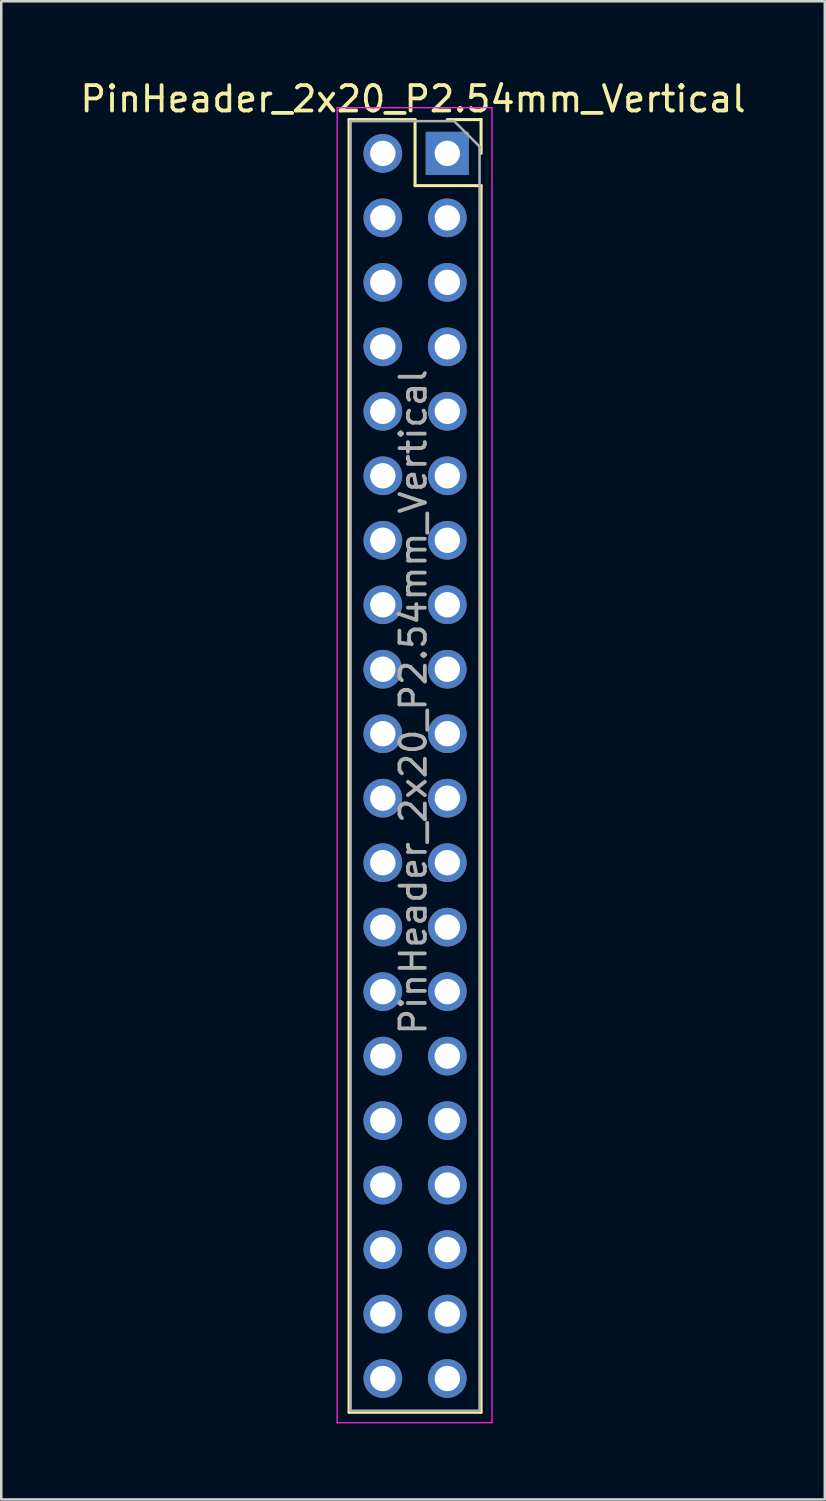
<source format=kicad_pcb>
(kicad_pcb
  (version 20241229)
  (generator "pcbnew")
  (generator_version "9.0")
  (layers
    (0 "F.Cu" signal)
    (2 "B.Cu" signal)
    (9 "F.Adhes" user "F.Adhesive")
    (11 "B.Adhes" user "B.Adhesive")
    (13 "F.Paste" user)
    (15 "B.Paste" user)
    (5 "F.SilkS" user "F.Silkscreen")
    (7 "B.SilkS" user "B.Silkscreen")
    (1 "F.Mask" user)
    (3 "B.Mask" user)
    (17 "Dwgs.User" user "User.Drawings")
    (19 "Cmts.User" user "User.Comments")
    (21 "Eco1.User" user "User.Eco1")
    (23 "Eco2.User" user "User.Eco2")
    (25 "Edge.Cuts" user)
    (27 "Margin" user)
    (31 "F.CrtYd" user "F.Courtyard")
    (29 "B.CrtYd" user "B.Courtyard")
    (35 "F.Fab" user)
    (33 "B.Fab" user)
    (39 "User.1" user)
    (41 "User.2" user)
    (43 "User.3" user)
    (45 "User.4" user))
  (footprint "PinHeader_2x20_P2.54mm_Vertical"
    (layer "F.Cu")
    (at 11.95 3.178)
    (property "Reference" "PinHeader_2x20_P2.54mm_Vertical" (at 1.27 -2.33 0) (layer "F.SilkS") (effects (font (size 1 1) (thickness 0.15))))
    (attr through_hole)
    (fp_line (start -1.25 -1.516) (end -1.25 49.404) (stroke (width 0.12) (type solid)) (layer "F.SilkS"))
    (fp_line (start -1.25 -1.516) (end 1.35 -1.516) (stroke (width 0.12) (type solid)) (layer "F.SilkS"))
    (fp_line (start -1.25 49.404) (end 3.95 49.404) (stroke (width 0.12) (type solid)) (layer "F.SilkS"))
    (fp_line (start 1.35 -1.516) (end 1.35 1.084) (stroke (width 0.12) (type solid)) (layer "F.SilkS"))
    (fp_line (start 1.35 1.084) (end 3.95 1.084) (stroke (width 0.12) (type solid)) (layer "F.SilkS"))
    (fp_line (start 2.62 -1.516) (end 3.95 -1.516) (stroke (width 0.12) (type solid)) (layer "F.SilkS"))
    (fp_line (start 3.95 -1.516) (end 3.95 -0.186) (stroke (width 0.12) (type solid)) (layer "F.SilkS"))
    (fp_line (start 3.95 1.084) (end 3.95 49.404) (stroke (width 0.12) (type solid)) (layer "F.SilkS"))
    (fp_line (start -1.72 -1.986) (end 4.38 -1.986) (stroke (width 0.05) (type solid)) (layer "F.CrtYd"))
    (fp_line (start -1.72 49.814) (end -1.72 -1.986) (stroke (width 0.05) (type solid)) (layer "F.CrtYd"))
    (fp_line (start 4.38 -1.986) (end 4.38 49.814) (stroke (width 0.05) (type solid)) (layer "F.CrtYd"))
    (fp_line (start 4.38 49.814) (end -1.72 49.814) (stroke (width 0.05) (type solid)) (layer "F.CrtYd"))
    (fp_line (start -1.19 -1.456) (end 2.89 -1.456) (stroke (width 0.1) (type solid)) (layer "F.Fab"))
    (fp_line (start -1.19 49.344) (end -1.19 -1.456) (stroke (width 0.1) (type solid)) (layer "F.Fab"))
    (fp_line (start 2.89 -1.456) (end 3.89 -0.456) (stroke (width 0.1) (type solid)) (layer "F.Fab"))
    (fp_line (start 3.89 -0.456) (end 3.89 49.344) (stroke (width 0.1) (type solid)) (layer "F.Fab"))
    (fp_line (start 3.89 49.344) (end -1.19 49.344) (stroke (width 0.1) (type solid)) (layer "F.Fab"))
    (fp_text user "${REFERENCE}" (at 1.28 21.424 90) (layer "F.Fab") (effects (font (size 1 1) (thickness 0.15))))
    (pad "1" thru_hole rect (at 2.62 -0.186) (size 1.7 1.7) (drill 1) (layers "*.Cu" "*.Mask"))
    (pad "2" thru_hole circle (at 2.62 2.354) (size 1.524 1.524) (drill 1) (layers "*.Cu" "*.Mask"))
    (pad "3" thru_hole circle (at 2.62 4.894) (size 1.524 1.524) (drill 1) (layers "*.Cu" "*.Mask"))
    (pad "4" thru_hole circle (at 2.62 7.434) (size 1.524 1.524) (drill 1) (layers "*.Cu" "*.Mask"))
    (pad "5" thru_hole circle (at 2.62 9.974) (size 1.524 1.524) (drill 1) (layers "*.Cu" "*.Mask"))
    (pad "6" thru_hole circle (at 2.62 12.514) (size 1.524 1.524) (drill 1) (layers "*.Cu" "*.Mask"))
    (pad "7" thru_hole circle (at 2.62 15.054) (size 1.524 1.524) (drill 1) (layers "*.Cu" "*.Mask"))
    (pad "8" thru_hole circle (at 2.62 17.594) (size 1.524 1.524) (drill 1) (layers "*.Cu" "*.Mask"))
    (pad "9" thru_hole circle (at 2.62 20.134) (size 1.524 1.524) (drill 1) (layers "*.Cu" "*.Mask"))
    (pad "10" thru_hole circle (at 2.62 22.674) (size 1.524 1.524) (drill 1) (layers "*.Cu" "*.Mask"))
    (pad "11" thru_hole circle (at 2.62 25.214) (size 1.524 1.524) (drill 1) (layers "*.Cu" "*.Mask"))
    (pad "12" thru_hole circle (at 2.62 27.754) (size 1.524 1.524) (drill 1) (layers "*.Cu" "*.Mask"))
    (pad "13" thru_hole circle (at 2.62 30.294) (size 1.524 1.524) (drill 1) (layers "*.Cu" "*.Mask"))
    (pad "14" thru_hole circle (at 2.62 32.834) (size 1.524 1.524) (drill 1) (layers "*.Cu" "*.Mask"))
    (pad "15" thru_hole circle (at 2.62 35.374) (size 1.524 1.524) (drill 1) (layers "*.Cu" "*.Mask"))
    (pad "16" thru_hole circle (at 2.62 37.914) (size 1.524 1.524) (drill 1) (layers "*.Cu" "*.Mask"))
    (pad "17" thru_hole circle (at 2.62 40.454) (size 1.524 1.524) (drill 1) (layers "*.Cu" "*.Mask"))
    (pad "18" thru_hole circle (at 2.62 42.994) (size 1.524 1.524) (drill 1) (layers "*.Cu" "*.Mask"))
    (pad "19" thru_hole circle (at 2.62 45.534) (size 1.524 1.524) (drill 1) (layers "*.Cu" "*.Mask"))
    (pad "20" thru_hole circle (at 2.62 48.074) (size 1.524 1.524) (drill 1) (layers "*.Cu" "*.Mask"))
    (pad "21" thru_hole circle (at 0.08 48.074) (size 1.524 1.524) (drill 1) (layers "*.Cu" "*.Mask"))
    (pad "22" thru_hole circle (at 0.08 45.534) (size 1.524 1.524) (drill 1) (layers "*.Cu" "*.Mask"))
    (pad "23" thru_hole circle (at 0.08 42.994) (size 1.524 1.524) (drill 1) (layers "*.Cu" "*.Mask"))
    (pad "24" thru_hole circle (at 0.08 40.454) (size 1.524 1.524) (drill 1) (layers "*.Cu" "*.Mask"))
    (pad "25" thru_hole circle (at 0.08 37.914) (size 1.524 1.524) (drill 1) (layers "*.Cu" "*.Mask"))
    (pad "26" thru_hole circle (at 0.08 35.374) (size 1.524 1.524) (drill 1) (layers "*.Cu" "*.Mask"))
    (pad "27" thru_hole circle (at 0.08 32.834) (size 1.524 1.524) (drill 1) (layers "*.Cu" "*.Mask"))
    (pad "28" thru_hole circle (at 0.08 30.294) (size 1.524 1.524) (drill 1) (layers "*.Cu" "*.Mask"))
    (pad "29" thru_hole circle (at 0.08 27.754) (size 1.524 1.524) (drill 1) (layers "*.Cu" "*.Mask"))
    (pad "30" thru_hole circle (at 0.08 25.214) (size 1.524 1.524) (drill 1) (layers "*.Cu" "*.Mask"))
    (pad "31" thru_hole circle (at 0.08 22.674) (size 1.524 1.524) (drill 1) (layers "*.Cu" "*.Mask"))
    (pad "32" thru_hole circle (at 0.08 20.134) (size 1.524 1.524) (drill 1) (layers "*.Cu" "*.Mask"))
    (pad "33" thru_hole circle (at 0.08 17.594) (size 1.524 1.524) (drill 1) (layers "*.Cu" "*.Mask"))
    (pad "34" thru_hole circle (at 0.08 15.054) (size 1.524 1.524) (drill 1) (layers "*.Cu" "*.Mask"))
    (pad "35" thru_hole circle (at 0.08 12.514) (size 1.524 1.524) (drill 1) (layers "*.Cu" "*.Mask"))
    (pad "36" thru_hole circle (at 0.08 9.974) (size 1.524 1.524) (drill 1) (layers "*.Cu" "*.Mask"))
    (pad "37" thru_hole circle (at 0.08 7.434) (size 1.524 1.524) (drill 1) (layers "*.Cu" "*.Mask"))
    (pad "38" thru_hole circle (at 0.08 4.894) (size 1.524 1.524) (drill 1) (layers "*.Cu" "*.Mask"))
    (pad "39" thru_hole circle (at 0.08 2.354) (size 1.524 1.524) (drill 1) (layers "*.Cu" "*.Mask"))
    (pad "40" thru_hole circle (at 0.08 -0.186) (size 1.524 1.524) (drill 1) (layers "*.Cu" "*.Mask")))
  (gr_rect
    (start -3 -3)
    (end 29.44 56.017)
    (stroke (width 0.1) (type default))
    (fill no)
    (layer "Edge.Cuts")))
</source>
